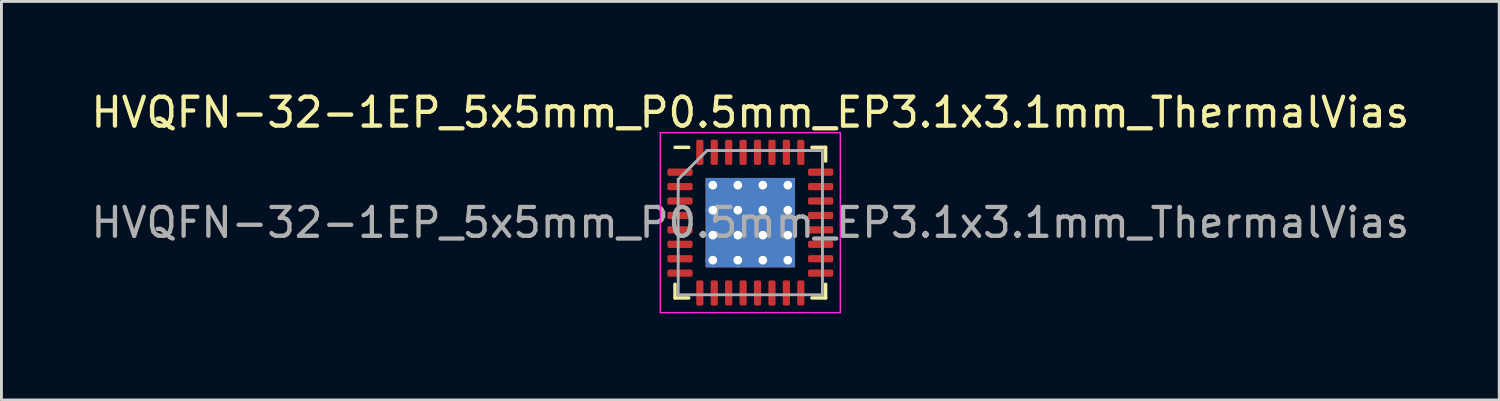
<source format=kicad_pcb>
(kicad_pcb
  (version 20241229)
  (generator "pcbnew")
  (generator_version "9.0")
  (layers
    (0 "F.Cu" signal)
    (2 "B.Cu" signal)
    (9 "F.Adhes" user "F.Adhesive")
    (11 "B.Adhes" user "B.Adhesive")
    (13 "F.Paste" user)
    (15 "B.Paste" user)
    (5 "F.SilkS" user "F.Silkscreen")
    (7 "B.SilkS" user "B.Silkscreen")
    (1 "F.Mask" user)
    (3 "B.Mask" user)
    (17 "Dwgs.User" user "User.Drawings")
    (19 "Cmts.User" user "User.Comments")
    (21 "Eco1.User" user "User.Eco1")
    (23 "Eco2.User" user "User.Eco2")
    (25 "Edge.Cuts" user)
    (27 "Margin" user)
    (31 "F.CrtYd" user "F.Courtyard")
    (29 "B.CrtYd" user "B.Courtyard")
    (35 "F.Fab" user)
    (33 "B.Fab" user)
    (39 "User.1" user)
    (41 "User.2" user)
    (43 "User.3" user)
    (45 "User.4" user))
  (footprint "HVQFN-32-1EP_5x5mm_P0.5mm_EP3.1x3.1mm_ThermalVias"
    (layer "F.Cu")
    (at 22.958 4.668)
    (property "Reference" "HVQFN-32-1EP_5x5mm_P0.5mm_EP3.1x3.1mm_ThermalVias" (at 0 -3.82 0) (layer "F.SilkS") (effects (font (size 1 1) (thickness 0.15))))
    (attr smd)
    (fp_line (start -2.61 2.61) (end -2.61 2.135) (stroke (width 0.12) (type solid)) (layer "F.SilkS"))
    (fp_line (start -2.135 -2.61) (end -2.61 -2.61) (stroke (width 0.12) (type solid)) (layer "F.SilkS"))
    (fp_line (start -2.135 2.61) (end -2.61 2.61) (stroke (width 0.12) (type solid)) (layer "F.SilkS"))
    (fp_line (start 2.135 -2.61) (end 2.61 -2.61) (stroke (width 0.12) (type solid)) (layer "F.SilkS"))
    (fp_line (start 2.135 2.61) (end 2.61 2.61) (stroke (width 0.12) (type solid)) (layer "F.SilkS"))
    (fp_line (start 2.61 -2.61) (end 2.61 -2.135) (stroke (width 0.12) (type solid)) (layer "F.SilkS"))
    (fp_line (start 2.61 2.61) (end 2.61 2.135) (stroke (width 0.12) (type solid)) (layer "F.SilkS"))
    (fp_line (start -3.12 -3.12) (end -3.12 3.12) (stroke (width 0.05) (type solid)) (layer "F.CrtYd"))
    (fp_line (start -3.12 3.12) (end 3.12 3.12) (stroke (width 0.05) (type solid)) (layer "F.CrtYd"))
    (fp_line (start 3.12 -3.12) (end -3.12 -3.12) (stroke (width 0.05) (type solid)) (layer "F.CrtYd"))
    (fp_line (start 3.12 3.12) (end 3.12 -3.12) (stroke (width 0.05) (type solid)) (layer "F.CrtYd"))
    (fp_line (start -2.5 -1.5) (end -1.5 -2.5) (stroke (width 0.1) (type solid)) (layer "F.Fab"))
    (fp_line (start -2.5 2.5) (end -2.5 -1.5) (stroke (width 0.1) (type solid)) (layer "F.Fab"))
    (fp_line (start -1.5 -2.5) (end 2.5 -2.5) (stroke (width 0.1) (type solid)) (layer "F.Fab"))
    (fp_line (start 2.5 -2.5) (end 2.5 2.5) (stroke (width 0.1) (type solid)) (layer "F.Fab"))
    (fp_line (start 2.5 2.5) (end -2.5 2.5) (stroke (width 0.1) (type solid)) (layer "F.Fab"))
    (fp_text user "${REFERENCE}" (at 0 0 0) (layer "F.Fab") (effects (font (size 1 1) (thickness 0.15))))
    (pad "" smd custom (at -0.867 -0.867) (size 0.637 0.637) (layers "F.Paste") (options (anchor circle)) (primitives (gr_poly (pts (xy 0.254 -0.147) (xy 0.254 0.147) (xy 0.147 0.254) (xy -0.147 0.254) (xy -0.254 0.147) (xy -0.254 -0.147) (xy -0.147 -0.254) (xy 0.147 -0.254)) (width 0.258) (fill yes))))
    (pad "" smd custom (at -0.867 0) (size 0.637 0.637) (layers "F.Paste") (options (anchor circle)) (primitives (gr_poly (pts (xy 0.254 -0.147) (xy 0.254 0.147) (xy 0.147 0.254) (xy -0.147 0.254) (xy -0.254 0.147) (xy -0.254 -0.147) (xy -0.147 -0.254) (xy 0.147 -0.254)) (width 0.258) (fill yes))))
    (pad "" smd custom (at -0.867 0.867) (size 0.637 0.637) (layers "F.Paste") (options (anchor circle)) (primitives (gr_poly (pts (xy 0.254 -0.147) (xy 0.254 0.147) (xy 0.147 0.254) (xy -0.147 0.254) (xy -0.254 0.147) (xy -0.254 -0.147) (xy -0.147 -0.254) (xy 0.147 -0.254)) (width 0.258) (fill yes))))
    (pad "" smd custom (at 0 -0.867) (size 0.637 0.637) (layers "F.Paste") (options (anchor circle)) (primitives (gr_poly (pts (xy 0.254 -0.147) (xy 0.254 0.147) (xy 0.147 0.254) (xy -0.147 0.254) (xy -0.254 0.147) (xy -0.254 -0.147) (xy -0.147 -0.254) (xy 0.147 -0.254)) (width 0.258) (fill yes))))
    (pad "" smd custom (at 0 0) (size 0.637 0.637) (layers "F.Paste") (options (anchor circle)) (primitives (gr_poly (pts (xy 0.254 -0.147) (xy 0.254 0.147) (xy 0.147 0.254) (xy -0.147 0.254) (xy -0.254 0.147) (xy -0.254 -0.147) (xy -0.147 -0.254) (xy 0.147 -0.254)) (width 0.258) (fill yes))))
    (pad "" smd custom (at 0 0.867) (size 0.637 0.637) (layers "F.Paste") (options (anchor circle)) (primitives (gr_poly (pts (xy 0.254 -0.147) (xy 0.254 0.147) (xy 0.147 0.254) (xy -0.147 0.254) (xy -0.254 0.147) (xy -0.254 -0.147) (xy -0.147 -0.254) (xy 0.147 -0.254)) (width 0.258) (fill yes))))
    (pad "" smd custom (at 0.867 -0.867) (size 0.637 0.637) (layers "F.Paste") (options (anchor circle)) (primitives (gr_poly (pts (xy 0.254 -0.147) (xy 0.254 0.147) (xy 0.147 0.254) (xy -0.147 0.254) (xy -0.254 0.147) (xy -0.254 -0.147) (xy -0.147 -0.254) (xy 0.147 -0.254)) (width 0.258) (fill yes))))
    (pad "" smd custom (at 0.867 0) (size 0.637 0.637) (layers "F.Paste") (options (anchor circle)) (primitives (gr_poly (pts (xy 0.254 -0.147) (xy 0.254 0.147) (xy 0.147 0.254) (xy -0.147 0.254) (xy -0.254 0.147) (xy -0.254 -0.147) (xy -0.147 -0.254) (xy 0.147 -0.254)) (width 0.258) (fill yes))))
    (pad "" smd custom (at 0.867 0.867) (size 0.637 0.637) (layers "F.Paste") (options (anchor circle)) (primitives (gr_poly (pts (xy 0.254 -0.147) (xy 0.254 0.147) (xy 0.147 0.254) (xy -0.147 0.254) (xy -0.254 0.147) (xy -0.254 -0.147) (xy -0.147 -0.254) (xy 0.147 -0.254)) (width 0.258) (fill yes))))
    (pad "1" smd roundrect (at -2.438 -1.75) (size 0.875 0.25) (layers "F.Cu" "F.Mask" "F.Paste") (roundrect_rratio 0.25))
    (pad "2" smd roundrect (at -2.438 -1.25) (size 0.875 0.25) (layers "F.Cu" "F.Mask" "F.Paste") (roundrect_rratio 0.25))
    (pad "3" smd roundrect (at -2.438 -0.75) (size 0.875 0.25) (layers "F.Cu" "F.Mask" "F.Paste") (roundrect_rratio 0.25))
    (pad "4" smd roundrect (at -2.438 -0.25) (size 0.875 0.25) (layers "F.Cu" "F.Mask" "F.Paste") (roundrect_rratio 0.25))
    (pad "5" smd roundrect (at -2.438 0.25) (size 0.875 0.25) (layers "F.Cu" "F.Mask" "F.Paste") (roundrect_rratio 0.25))
    (pad "6" smd roundrect (at -2.438 0.75) (size 0.875 0.25) (layers "F.Cu" "F.Mask" "F.Paste") (roundrect_rratio 0.25))
    (pad "7" smd roundrect (at -2.438 1.25) (size 0.875 0.25) (layers "F.Cu" "F.Mask" "F.Paste") (roundrect_rratio 0.25))
    (pad "8" smd roundrect (at -2.438 1.75) (size 0.875 0.25) (layers "F.Cu" "F.Mask" "F.Paste") (roundrect_rratio 0.25))
    (pad "9" smd roundrect (at -1.75 2.438) (size 0.25 0.875) (layers "F.Cu" "F.Mask" "F.Paste") (roundrect_rratio 0.25))
    (pad "10" smd roundrect (at -1.25 2.438) (size 0.25 0.875) (layers "F.Cu" "F.Mask" "F.Paste") (roundrect_rratio 0.25))
    (pad "11" smd roundrect (at -0.75 2.438) (size 0.25 0.875) (layers "F.Cu" "F.Mask" "F.Paste") (roundrect_rratio 0.25))
    (pad "12" smd roundrect (at -0.25 2.438) (size 0.25 0.875) (layers "F.Cu" "F.Mask" "F.Paste") (roundrect_rratio 0.25))
    (pad "13" smd roundrect (at 0.25 2.438) (size 0.25 0.875) (layers "F.Cu" "F.Mask" "F.Paste") (roundrect_rratio 0.25))
    (pad "14" smd roundrect (at 0.75 2.438) (size 0.25 0.875) (layers "F.Cu" "F.Mask" "F.Paste") (roundrect_rratio 0.25))
    (pad "15" smd roundrect (at 1.25 2.438) (size 0.25 0.875) (layers "F.Cu" "F.Mask" "F.Paste") (roundrect_rratio 0.25))
    (pad "16" smd roundrect (at 1.75 2.438) (size 0.25 0.875) (layers "F.Cu" "F.Mask" "F.Paste") (roundrect_rratio 0.25))
    (pad "17" smd roundrect (at 2.438 1.75) (size 0.875 0.25) (layers "F.Cu" "F.Mask" "F.Paste") (roundrect_rratio 0.25))
    (pad "18" smd roundrect (at 2.438 1.25) (size 0.875 0.25) (layers "F.Cu" "F.Mask" "F.Paste") (roundrect_rratio 0.25))
    (pad "19" smd roundrect (at 2.438 0.75) (size 0.875 0.25) (layers "F.Cu" "F.Mask" "F.Paste") (roundrect_rratio 0.25))
    (pad "20" smd roundrect (at 2.438 0.25) (size 0.875 0.25) (layers "F.Cu" "F.Mask" "F.Paste") (roundrect_rratio 0.25))
    (pad "21" smd roundrect (at 2.438 -0.25) (size 0.875 0.25) (layers "F.Cu" "F.Mask" "F.Paste") (roundrect_rratio 0.25))
    (pad "22" smd roundrect (at 2.438 -0.75) (size 0.875 0.25) (layers "F.Cu" "F.Mask" "F.Paste") (roundrect_rratio 0.25))
    (pad "23" smd roundrect (at 2.438 -1.25) (size 0.875 0.25) (layers "F.Cu" "F.Mask" "F.Paste") (roundrect_rratio 0.25))
    (pad "24" smd roundrect (at 2.438 -1.75) (size 0.875 0.25) (layers "F.Cu" "F.Mask" "F.Paste") (roundrect_rratio 0.25))
    (pad "25" smd roundrect (at 1.75 -2.438) (size 0.25 0.875) (layers "F.Cu" "F.Mask" "F.Paste") (roundrect_rratio 0.25))
    (pad "26" smd roundrect (at 1.25 -2.438) (size 0.25 0.875) (layers "F.Cu" "F.Mask" "F.Paste") (roundrect_rratio 0.25))
    (pad "27" smd roundrect (at 0.75 -2.438) (size 0.25 0.875) (layers "F.Cu" "F.Mask" "F.Paste") (roundrect_rratio 0.25))
    (pad "28" smd roundrect (at 0.25 -2.438) (size 0.25 0.875) (layers "F.Cu" "F.Mask" "F.Paste") (roundrect_rratio 0.25))
    (pad "29" smd roundrect (at -0.25 -2.438) (size 0.25 0.875) (layers "F.Cu" "F.Mask" "F.Paste") (roundrect_rratio 0.25))
    (pad "30" smd roundrect (at -0.75 -2.438) (size 0.25 0.875) (layers "F.Cu" "F.Mask" "F.Paste") (roundrect_rratio 0.25))
    (pad "31" smd roundrect (at -1.25 -2.438) (size 0.25 0.875) (layers "F.Cu" "F.Mask" "F.Paste") (roundrect_rratio 0.25))
    (pad "32" smd roundrect (at -1.75 -2.438) (size 0.25 0.875) (layers "F.Cu" "F.Mask" "F.Paste") (roundrect_rratio 0.25))
    (pad "33" thru_hole circle (at -1.3 -1.3) (size 0.5 0.5) (drill 0.3) (layers "*.Cu"))
    (pad "33" thru_hole circle (at -1.3 -0.433) (size 0.5 0.5) (drill 0.3) (layers "*.Cu"))
    (pad "33" thru_hole circle (at -1.3 0.433) (size 0.5 0.5) (drill 0.3) (layers "*.Cu"))
    (pad "33" thru_hole circle (at -1.3 1.3) (size 0.5 0.5) (drill 0.3) (layers "*.Cu"))
    (pad "33" thru_hole circle (at -0.433 -1.3) (size 0.5 0.5) (drill 0.3) (layers "*.Cu"))
    (pad "33" thru_hole circle (at -0.433 -0.433) (size 0.5 0.5) (drill 0.3) (layers "*.Cu"))
    (pad "33" thru_hole circle (at -0.433 0.433) (size 0.5 0.5) (drill 0.3) (layers "*.Cu"))
    (pad "33" thru_hole circle (at -0.433 1.3) (size 0.5 0.5) (drill 0.3) (layers "*.Cu"))
    (pad "33" smd rect (at 0 0) (size 3.1 3.1) (layers "F.Cu" "F.Mask"))
    (pad "33" smd rect (at 0 0) (size 3.1 3.1) (layers "B.Cu"))
    (pad "33" thru_hole circle (at 0.433 -1.3) (size 0.5 0.5) (drill 0.3) (layers "*.Cu"))
    (pad "33" thru_hole circle (at 0.433 -0.433) (size 0.5 0.5) (drill 0.3) (layers "*.Cu"))
    (pad "33" thru_hole circle (at 0.433 0.433) (size 0.5 0.5) (drill 0.3) (layers "*.Cu"))
    (pad "33" thru_hole circle (at 0.433 1.3) (size 0.5 0.5) (drill 0.3) (layers "*.Cu"))
    (pad "33" thru_hole circle (at 1.3 -1.3) (size 0.5 0.5) (drill 0.3) (layers "*.Cu"))
    (pad "33" thru_hole circle (at 1.3 -0.433) (size 0.5 0.5) (drill 0.3) (layers "*.Cu"))
    (pad "33" thru_hole circle (at 1.3 0.433) (size 0.5 0.5) (drill 0.3) (layers "*.Cu"))
    (pad "33" thru_hole circle (at 1.3 1.3) (size 0.5 0.5) (drill 0.3) (layers "*.Cu")))
  (gr_rect
    (start -3 -3)
    (end 48.917 10.813)
    (stroke (width 0.1) (type default))
    (fill no)
    (layer "Edge.Cuts")))
</source>
